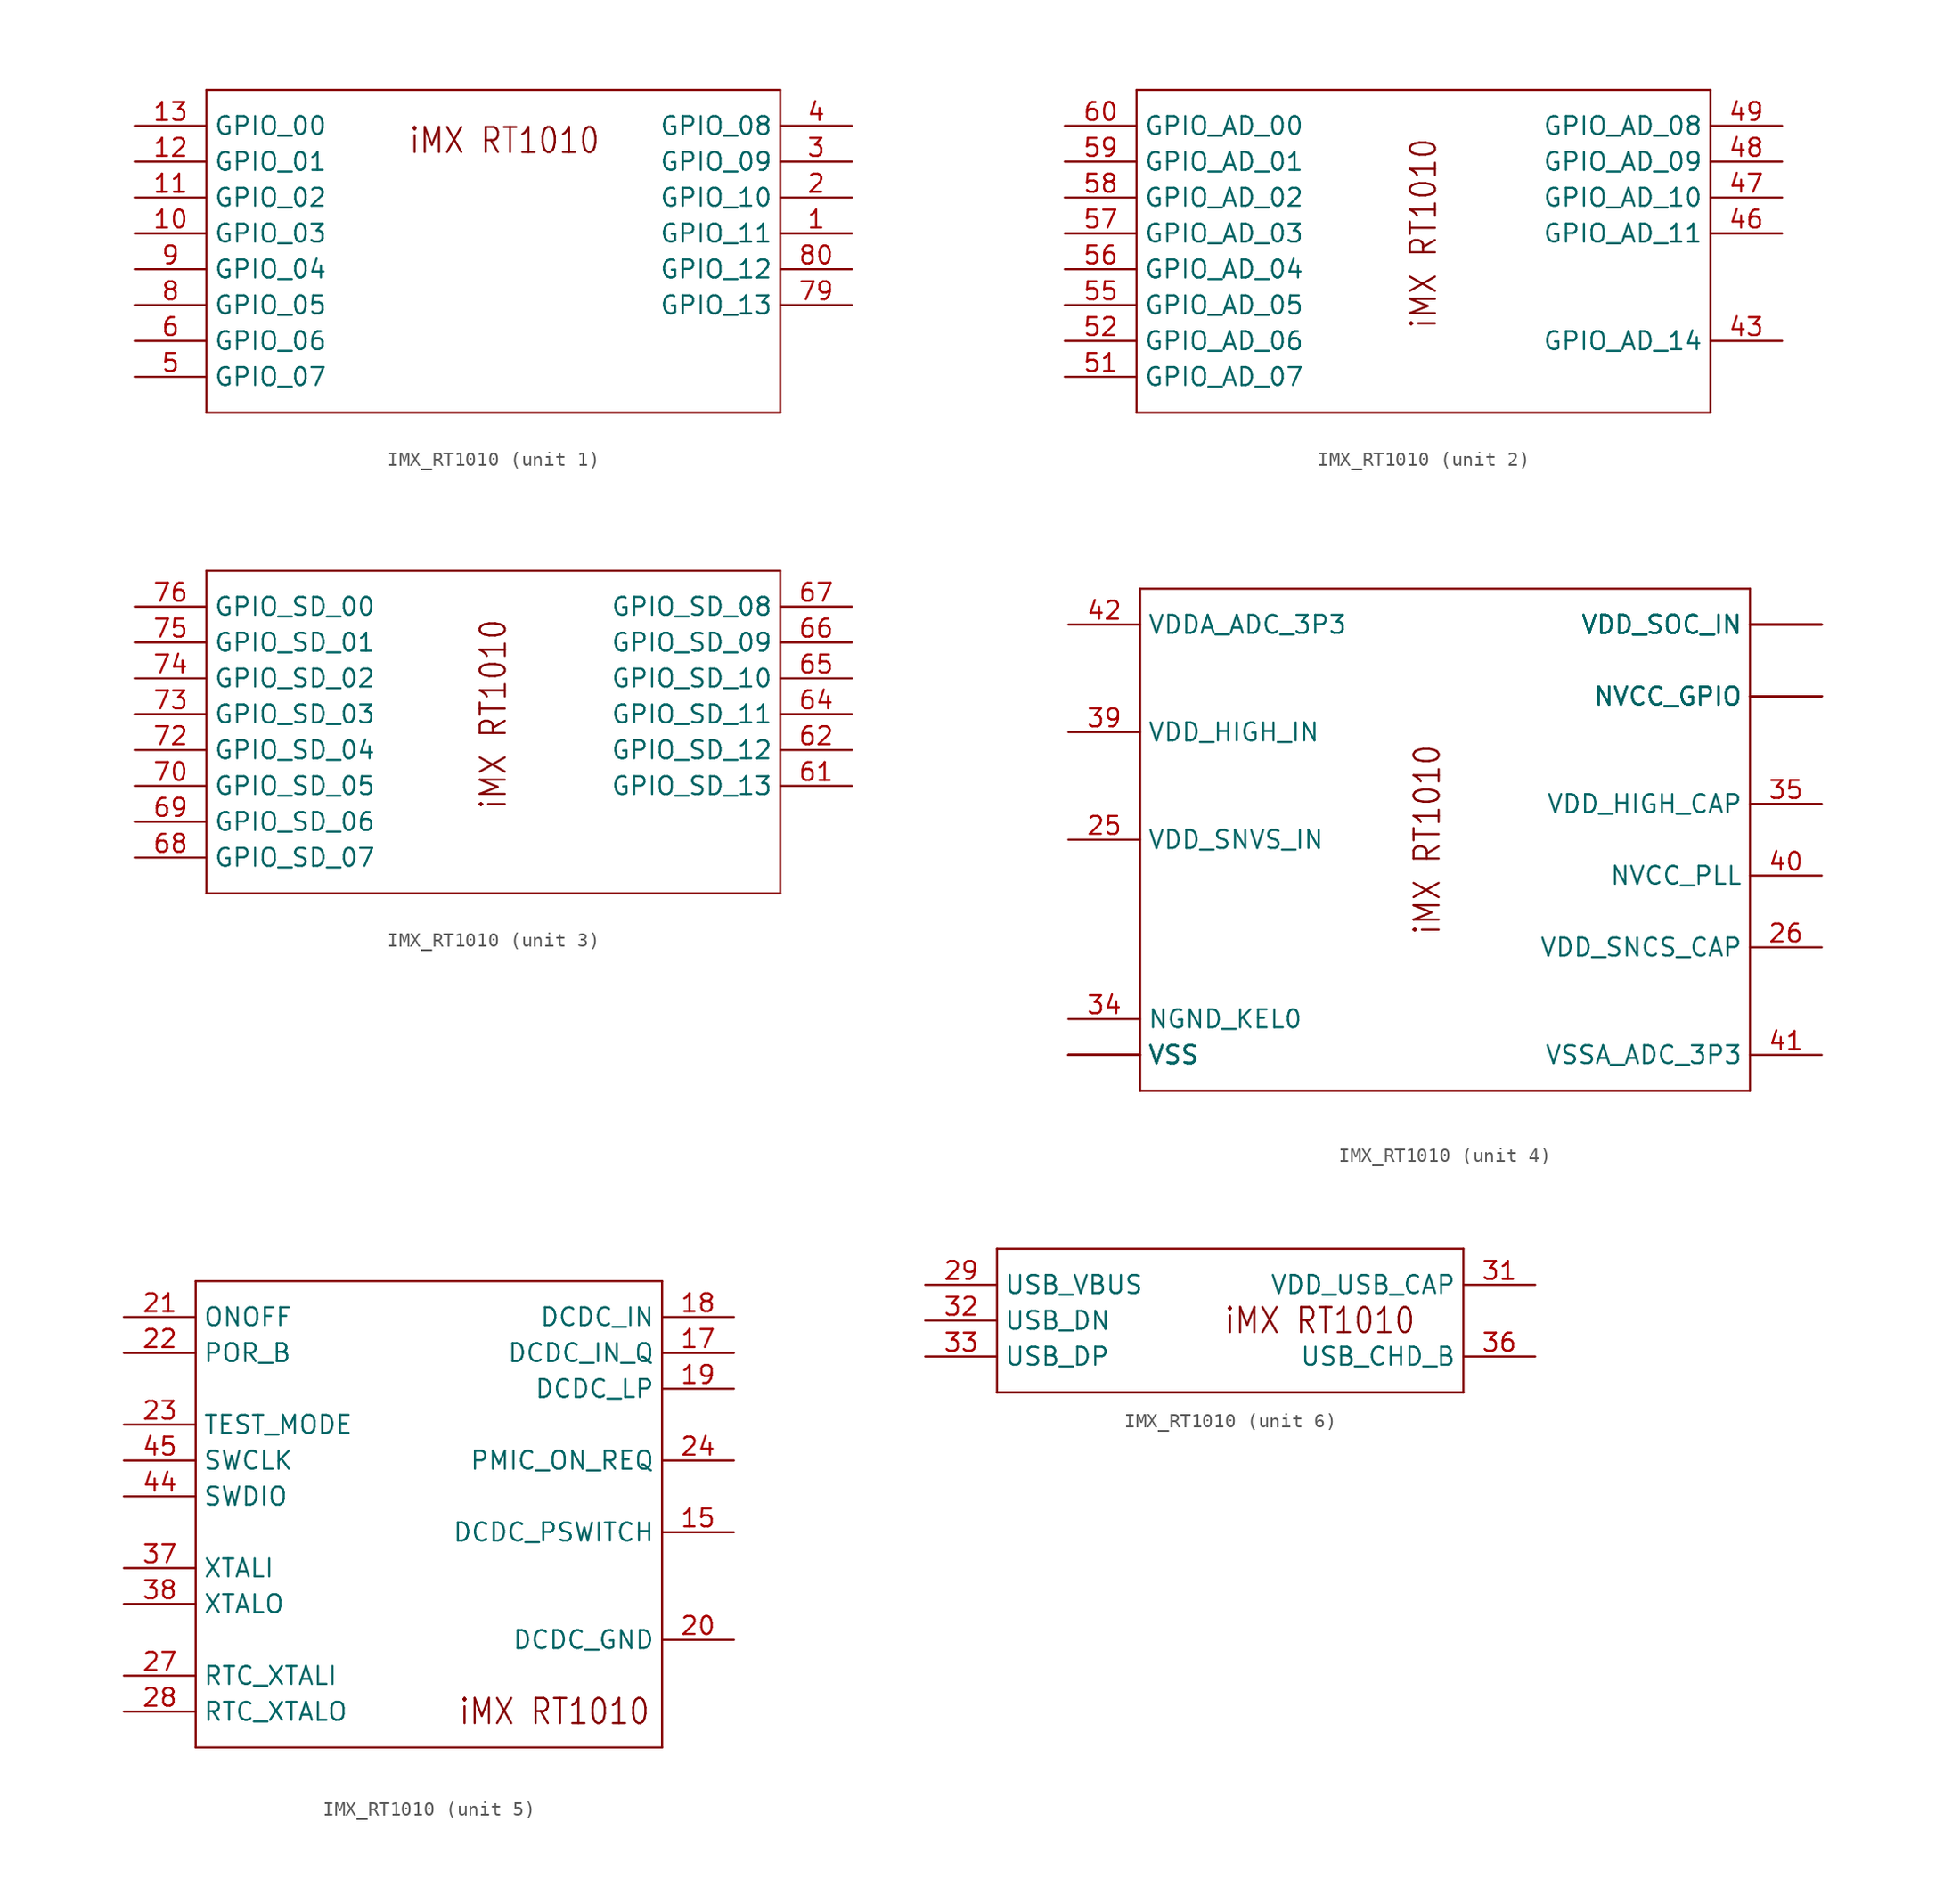
<source format=kicad_sym>
(kicad_symbol_lib
  (version 20220914)
  (generator kicad_symbol_editor)
  (symbol "IMX_RT1010"
    (property "Reference" "IC"
      (at 0 0 0)
      (effects (font (size 1.27 1.27)) hide))
    (property "ki_locked" ""
      (at 0 0 0)
      (effects (font (size 1.27 1.27))))
    (symbol "IMX_RT1010_1_0"
      (polyline (pts (xy -20.32 -12.7) (xy 20.32 -12.7)) (stroke (width 0.152) (type solid)) (fill (type none)))
      (polyline (pts (xy -20.32 10.16) (xy -20.32 -12.7)) (stroke (width 0.152) (type solid)) (fill (type none)))
      (polyline (pts (xy 20.32 -12.7) (xy 20.32 10.16)) (stroke (width 0.152) (type solid)) (fill (type none)))
      (polyline (pts (xy 20.32 10.16) (xy -20.32 10.16)) (stroke (width 0.152) (type solid)) (fill (type none)))
      (text "iMX RT1010" (at 7.62 7.62 0) (effects (font (size 1.778 1.511)) (justify right top)))
      (pin bidirectional line (at 25.4 0 180) (length 5.08) (name "GPIO_11" (effects (font (size 1.27 1.27)))) (number "1" (effects (font (size 1.27 1.27)))))
      (pin bidirectional line (at -25.4 0 0) (length 5.08) (name "GPIO_03" (effects (font (size 1.27 1.27)))) (number "10" (effects (font (size 1.27 1.27)))))
      (pin bidirectional line (at -25.4 2.54 0) (length 5.08) (name "GPIO_02" (effects (font (size 1.27 1.27)))) (number "11" (effects (font (size 1.27 1.27)))))
      (pin bidirectional line (at -25.4 5.08 0) (length 5.08) (name "GPIO_01" (effects (font (size 1.27 1.27)))) (number "12" (effects (font (size 1.27 1.27)))))
      (pin bidirectional line (at -25.4 7.62 0) (length 5.08) (name "GPIO_00" (effects (font (size 1.27 1.27)))) (number "13" (effects (font (size 1.27 1.27)))))
      (pin bidirectional line (at 25.4 2.54 180) (length 5.08) (name "GPIO_10" (effects (font (size 1.27 1.27)))) (number "2" (effects (font (size 1.27 1.27)))))
      (pin bidirectional line (at 25.4 5.08 180) (length 5.08) (name "GPIO_09" (effects (font (size 1.27 1.27)))) (number "3" (effects (font (size 1.27 1.27)))))
      (pin bidirectional line (at 25.4 7.62 180) (length 5.08) (name "GPIO_08" (effects (font (size 1.27 1.27)))) (number "4" (effects (font (size 1.27 1.27)))))
      (pin bidirectional line (at -25.4 -10.16 0) (length 5.08) (name "GPIO_07" (effects (font (size 1.27 1.27)))) (number "5" (effects (font (size 1.27 1.27)))))
      (pin bidirectional line (at -25.4 -7.62 0) (length 5.08) (name "GPIO_06" (effects (font (size 1.27 1.27)))) (number "6" (effects (font (size 1.27 1.27)))))
      (pin bidirectional line (at 25.4 -5.08 180) (length 5.08) (name "GPIO_13" (effects (font (size 1.27 1.27)))) (number "79" (effects (font (size 1.27 1.27)))))
      (pin bidirectional line (at -25.4 -5.08 0) (length 5.08) (name "GPIO_05" (effects (font (size 1.27 1.27)))) (number "8" (effects (font (size 1.27 1.27)))))
      (pin bidirectional line (at 25.4 -2.54 180) (length 5.08) (name "GPIO_12" (effects (font (size 1.27 1.27)))) (number "80" (effects (font (size 1.27 1.27)))))
      (pin bidirectional line (at -25.4 -2.54 0) (length 5.08) (name "GPIO_04" (effects (font (size 1.27 1.27)))) (number "9" (effects (font (size 1.27 1.27))))))
    (symbol "IMX_RT1010_2_0"
      (polyline (pts (xy -20.32 -12.7) (xy 20.32 -12.7)) (stroke (width 0.152) (type solid)) (fill (type none)))
      (polyline (pts (xy -20.32 10.16) (xy -20.32 -12.7)) (stroke (width 0.152) (type solid)) (fill (type none)))
      (polyline (pts (xy 20.32 -12.7) (xy 20.32 10.16)) (stroke (width 0.152) (type solid)) (fill (type none)))
      (polyline (pts (xy 20.32 10.16) (xy -20.32 10.16)) (stroke (width 0.152) (type solid)) (fill (type none)))
      (text "iMX RT1010" (at 0 0 900) (effects (font (size 1.778 1.511))))
      (pin bidirectional line (at 25.4 -7.62 180) (length 5.08) (name "GPIO_AD_14" (effects (font (size 1.27 1.27)))) (number "43" (effects (font (size 1.27 1.27)))))
      (pin bidirectional line (at 25.4 0 180) (length 5.08) (name "GPIO_AD_11" (effects (font (size 1.27 1.27)))) (number "46" (effects (font (size 1.27 1.27)))))
      (pin bidirectional line (at 25.4 2.54 180) (length 5.08) (name "GPIO_AD_10" (effects (font (size 1.27 1.27)))) (number "47" (effects (font (size 1.27 1.27)))))
      (pin bidirectional line (at 25.4 5.08 180) (length 5.08) (name "GPIO_AD_09" (effects (font (size 1.27 1.27)))) (number "48" (effects (font (size 1.27 1.27)))))
      (pin bidirectional line (at 25.4 7.62 180) (length 5.08) (name "GPIO_AD_08" (effects (font (size 1.27 1.27)))) (number "49" (effects (font (size 1.27 1.27)))))
      (pin bidirectional line (at -25.4 -10.16 0) (length 5.08) (name "GPIO_AD_07" (effects (font (size 1.27 1.27)))) (number "51" (effects (font (size 1.27 1.27)))))
      (pin bidirectional line (at -25.4 -7.62 0) (length 5.08) (name "GPIO_AD_06" (effects (font (size 1.27 1.27)))) (number "52" (effects (font (size 1.27 1.27)))))
      (pin bidirectional line (at -25.4 -5.08 0) (length 5.08) (name "GPIO_AD_05" (effects (font (size 1.27 1.27)))) (number "55" (effects (font (size 1.27 1.27)))))
      (pin bidirectional line (at -25.4 -2.54 0) (length 5.08) (name "GPIO_AD_04" (effects (font (size 1.27 1.27)))) (number "56" (effects (font (size 1.27 1.27)))))
      (pin bidirectional line (at -25.4 0 0) (length 5.08) (name "GPIO_AD_03" (effects (font (size 1.27 1.27)))) (number "57" (effects (font (size 1.27 1.27)))))
      (pin bidirectional line (at -25.4 2.54 0) (length 5.08) (name "GPIO_AD_02" (effects (font (size 1.27 1.27)))) (number "58" (effects (font (size 1.27 1.27)))))
      (pin bidirectional line (at -25.4 5.08 0) (length 5.08) (name "GPIO_AD_01" (effects (font (size 1.27 1.27)))) (number "59" (effects (font (size 1.27 1.27)))))
      (pin bidirectional line (at -25.4 7.62 0) (length 5.08) (name "GPIO_AD_00" (effects (font (size 1.27 1.27)))) (number "60" (effects (font (size 1.27 1.27))))))
    (symbol "IMX_RT1010_3_0"
      (polyline (pts (xy -20.32 -12.7) (xy 20.32 -12.7)) (stroke (width 0.152) (type solid)) (fill (type none)))
      (polyline (pts (xy -20.32 10.16) (xy -20.32 -12.7)) (stroke (width 0.152) (type solid)) (fill (type none)))
      (polyline (pts (xy 20.32 -12.7) (xy 20.32 10.16)) (stroke (width 0.152) (type solid)) (fill (type none)))
      (polyline (pts (xy 20.32 10.16) (xy -20.32 10.16)) (stroke (width 0.152) (type solid)) (fill (type none)))
      (text "iMX RT1010" (at 0 0 900) (effects (font (size 1.778 1.511))))
      (pin bidirectional line (at 25.4 -5.08 180) (length 5.08) (name "GPIO_SD_13" (effects (font (size 1.27 1.27)))) (number "61" (effects (font (size 1.27 1.27)))))
      (pin bidirectional line (at 25.4 -2.54 180) (length 5.08) (name "GPIO_SD_12" (effects (font (size 1.27 1.27)))) (number "62" (effects (font (size 1.27 1.27)))))
      (pin bidirectional line (at 25.4 0 180) (length 5.08) (name "GPIO_SD_11" (effects (font (size 1.27 1.27)))) (number "64" (effects (font (size 1.27 1.27)))))
      (pin bidirectional line (at 25.4 2.54 180) (length 5.08) (name "GPIO_SD_10" (effects (font (size 1.27 1.27)))) (number "65" (effects (font (size 1.27 1.27)))))
      (pin bidirectional line (at 25.4 5.08 180) (length 5.08) (name "GPIO_SD_09" (effects (font (size 1.27 1.27)))) (number "66" (effects (font (size 1.27 1.27)))))
      (pin bidirectional line (at 25.4 7.62 180) (length 5.08) (name "GPIO_SD_08" (effects (font (size 1.27 1.27)))) (number "67" (effects (font (size 1.27 1.27)))))
      (pin bidirectional line (at -25.4 -10.16 0) (length 5.08) (name "GPIO_SD_07" (effects (font (size 1.27 1.27)))) (number "68" (effects (font (size 1.27 1.27)))))
      (pin bidirectional line (at -25.4 -7.62 0) (length 5.08) (name "GPIO_SD_06" (effects (font (size 1.27 1.27)))) (number "69" (effects (font (size 1.27 1.27)))))
      (pin bidirectional line (at -25.4 -5.08 0) (length 5.08) (name "GPIO_SD_05" (effects (font (size 1.27 1.27)))) (number "70" (effects (font (size 1.27 1.27)))))
      (pin bidirectional line (at -25.4 -2.54 0) (length 5.08) (name "GPIO_SD_04" (effects (font (size 1.27 1.27)))) (number "72" (effects (font (size 1.27 1.27)))))
      (pin bidirectional line (at -25.4 0 0) (length 5.08) (name "GPIO_SD_03" (effects (font (size 1.27 1.27)))) (number "73" (effects (font (size 1.27 1.27)))))
      (pin bidirectional line (at -25.4 2.54 0) (length 5.08) (name "GPIO_SD_02" (effects (font (size 1.27 1.27)))) (number "74" (effects (font (size 1.27 1.27)))))
      (pin bidirectional line (at -25.4 5.08 0) (length 5.08) (name "GPIO_SD_01" (effects (font (size 1.27 1.27)))) (number "75" (effects (font (size 1.27 1.27)))))
      (pin bidirectional line (at -25.4 7.62 0) (length 5.08) (name "GPIO_SD_00" (effects (font (size 1.27 1.27)))) (number "76" (effects (font (size 1.27 1.27))))))
    (symbol "IMX_RT1010_4_0"
      (polyline (pts (xy -20.32 -17.78) (xy 22.86 -17.78)) (stroke (width 0.152) (type solid)) (fill (type none)))
      (polyline (pts (xy -20.32 17.78) (xy -20.32 -17.78)) (stroke (width 0.152) (type solid)) (fill (type none)))
      (polyline (pts (xy 22.86 -17.78) (xy 22.86 17.78)) (stroke (width 0.152) (type solid)) (fill (type none)))
      (polyline (pts (xy 22.86 17.78) (xy -20.32 17.78)) (stroke (width 0.152) (type solid)) (fill (type none)))
      (text "iMX RT1010" (at 0 0 900) (effects (font (size 1.778 1.511))))
      (pin power_in line (at 27.94 15.24 180) (length 5.08) (name "VDD_SOC_IN" (effects (font (size 1.27 1.27)))) (number "14" (effects (font (size 0 0)))))
      (pin power_in line (at -25.4 -15.24 0) (length 5.08) (name "VSS" (effects (font (size 1.27 1.27)))) (number "16" (effects (font (size 0 0)))))
      (pin power_in line (at -25.4 0 0) (length 5.08) (name "VDD_SNVS_IN" (effects (font (size 1.27 1.27)))) (number "25" (effects (font (size 1.27 1.27)))))
      (pin passive line (at 27.94 -7.62 180) (length 5.08) (name "VDD_SNCS_CAP" (effects (font (size 1.27 1.27)))) (number "26" (effects (font (size 1.27 1.27)))))
      (pin power_in line (at -25.4 -15.24 0) (length 5.08) (name "VSS" (effects (font (size 1.27 1.27)))) (number "30" (effects (font (size 0 0)))))
      (pin power_in line (at -25.4 -12.7 0) (length 5.08) (name "NGND_KEL0" (effects (font (size 1.27 1.27)))) (number "34" (effects (font (size 1.27 1.27)))))
      (pin passive line (at 27.94 2.54 180) (length 5.08) (name "VDD_HIGH_CAP" (effects (font (size 1.27 1.27)))) (number "35" (effects (font (size 1.27 1.27)))))
      (pin power_in line (at -25.4 7.62 0) (length 5.08) (name "VDD_HIGH_IN" (effects (font (size 1.27 1.27)))) (number "39" (effects (font (size 1.27 1.27)))))
      (pin passive line (at 27.94 -2.54 180) (length 5.08) (name "NVCC_PLL" (effects (font (size 1.27 1.27)))) (number "40" (effects (font (size 1.27 1.27)))))
      (pin power_in line (at 27.94 -15.24 180) (length 5.08) (name "VSSA_ADC_3P3" (effects (font (size 1.27 1.27)))) (number "41" (effects (font (size 1.27 1.27)))))
      (pin power_in line (at -25.4 15.24 0) (length 5.08) (name "VDDA_ADC_3P3" (effects (font (size 1.27 1.27)))) (number "42" (effects (font (size 1.27 1.27)))))
      (pin power_in line (at 27.94 10.16 180) (length 5.08) (name "NVCC_GPIO" (effects (font (size 1.27 1.27)))) (number "50" (effects (font (size 0 0)))))
      (pin power_in line (at 27.94 15.24 180) (length 5.08) (name "VDD_SOC_IN" (effects (font (size 1.27 1.27)))) (number "53" (effects (font (size 0 0)))))
      (pin power_in line (at -25.4 -15.24 0) (length 5.08) (name "VSS" (effects (font (size 1.27 1.27)))) (number "54" (effects (font (size 0 0)))))
      (pin power_in line (at 27.94 10.16 180) (length 5.08) (name "NVCC_GPIO" (effects (font (size 1.27 1.27)))) (number "63" (effects (font (size 0 0)))))
      (pin power_in line (at 27.94 10.16 180) (length 5.08) (name "NVCC_GPIO" (effects (font (size 1.27 1.27)))) (number "7" (effects (font (size 0 0)))))
      (pin power_in line (at 27.94 10.16 180) (length 5.08) (name "NVCC_GPIO" (effects (font (size 1.27 1.27)))) (number "71" (effects (font (size 0 0)))))
      (pin power_in line (at 27.94 15.24 180) (length 5.08) (name "VDD_SOC_IN" (effects (font (size 1.27 1.27)))) (number "77" (effects (font (size 0 0)))))
      (pin power_in line (at -25.4 -15.24 0) (length 5.08) (name "VSS" (effects (font (size 1.27 1.27)))) (number "78" (effects (font (size 0 0))))))
    (symbol "IMX_RT1010_5_0"
      (polyline (pts (xy -17.78 -17.78) (xy 15.24 -17.78)) (stroke (width 0.152) (type solid)) (fill (type none)))
      (polyline (pts (xy -17.78 15.24) (xy -17.78 -17.78)) (stroke (width 0.152) (type solid)) (fill (type none)))
      (polyline (pts (xy 15.24 -17.78) (xy 15.24 15.24)) (stroke (width 0.152) (type solid)) (fill (type none)))
      (polyline (pts (xy 15.24 15.24) (xy -17.78 15.24)) (stroke (width 0.152) (type solid)) (fill (type none)))
      (text "iMX RT1010" (at 7.62 -15.24 0) (effects (font (size 1.778 1.511))))
      (pin input line (at 20.32 -2.54 180) (length 5.08) (name "DCDC_PSWITCH" (effects (font (size 1.27 1.27)))) (number "15" (effects (font (size 1.27 1.27)))))
      (pin passive line (at 20.32 10.16 180) (length 5.08) (name "DCDC_IN_Q" (effects (font (size 1.27 1.27)))) (number "17" (effects (font (size 1.27 1.27)))))
      (pin power_in line (at 20.32 12.7 180) (length 5.08) (name "DCDC_IN" (effects (font (size 1.27 1.27)))) (number "18" (effects (font (size 1.27 1.27)))))
      (pin power_in line (at 20.32 7.62 180) (length 5.08) (name "DCDC_LP" (effects (font (size 1.27 1.27)))) (number "19" (effects (font (size 1.27 1.27)))))
      (pin power_in line (at 20.32 -10.16 180) (length 5.08) (name "DCDC_GND" (effects (font (size 1.27 1.27)))) (number "20" (effects (font (size 1.27 1.27)))))
      (pin input line (at -22.86 12.7 0) (length 5.08) (name "ONOFF" (effects (font (size 1.27 1.27)))) (number "21" (effects (font (size 1.27 1.27)))))
      (pin input line (at -22.86 10.16 0) (length 5.08) (name "POR_B" (effects (font (size 1.27 1.27)))) (number "22" (effects (font (size 1.27 1.27)))))
      (pin input line (at -22.86 5.08 0) (length 5.08) (name "TEST_MODE" (effects (font (size 1.27 1.27)))) (number "23" (effects (font (size 1.27 1.27)))))
      (pin output line (at 20.32 2.54 180) (length 5.08) (name "PMIC_ON_REQ" (effects (font (size 1.27 1.27)))) (number "24" (effects (font (size 1.27 1.27)))))
      (pin passive line (at -22.86 -12.7 0) (length 5.08) (name "RTC_XTALI" (effects (font (size 1.27 1.27)))) (number "27" (effects (font (size 1.27 1.27)))))
      (pin passive line (at -22.86 -15.24 0) (length 5.08) (name "RTC_XTALO" (effects (font (size 1.27 1.27)))) (number "28" (effects (font (size 1.27 1.27)))))
      (pin passive line (at -22.86 -5.08 0) (length 5.08) (name "XTALI" (effects (font (size 1.27 1.27)))) (number "37" (effects (font (size 1.27 1.27)))))
      (pin passive line (at -22.86 -7.62 0) (length 5.08) (name "XTALO" (effects (font (size 1.27 1.27)))) (number "38" (effects (font (size 1.27 1.27)))))
      (pin bidirectional line (at -22.86 0 0) (length 5.08) (name "SWDIO" (effects (font (size 1.27 1.27)))) (number "44" (effects (font (size 1.27 1.27)))))
      (pin bidirectional line (at -22.86 2.54 0) (length 5.08) (name "SWCLK" (effects (font (size 1.27 1.27)))) (number "45" (effects (font (size 1.27 1.27))))))
    (symbol "IMX_RT1010_6_0"
      (polyline (pts (xy -15.24 -5.08) (xy 17.78 -5.08)) (stroke (width 0.152) (type solid)) (fill (type none)))
      (polyline (pts (xy -15.24 5.08) (xy -15.24 -5.08)) (stroke (width 0.152) (type solid)) (fill (type none)))
      (polyline (pts (xy 17.78 -5.08) (xy 17.78 5.08)) (stroke (width 0.152) (type solid)) (fill (type none)))
      (polyline (pts (xy 17.78 5.08) (xy -15.24 5.08)) (stroke (width 0.152) (type solid)) (fill (type none)))
      (text "iMX RT1010" (at 7.62 0 0) (effects (font (size 1.778 1.511))))
      (pin power_in line (at -20.32 2.54 0) (length 5.08) (name "USB_VBUS" (effects (font (size 1.27 1.27)))) (number "29" (effects (font (size 1.27 1.27)))))
      (pin passive line (at 22.86 2.54 180) (length 5.08) (name "VDD_USB_CAP" (effects (font (size 1.27 1.27)))) (number "31" (effects (font (size 1.27 1.27)))))
      (pin bidirectional line (at -20.32 0 0) (length 5.08) (name "USB_DN" (effects (font (size 1.27 1.27)))) (number "32" (effects (font (size 1.27 1.27)))))
      (pin bidirectional line (at -20.32 -2.54 0) (length 5.08) (name "USB_DP" (effects (font (size 1.27 1.27)))) (number "33" (effects (font (size 1.27 1.27)))))
      (pin passive line (at 22.86 -2.54 180) (length 5.08) (name "USB_CHD_B" (effects (font (size 1.27 1.27)))) (number "36" (effects (font (size 1.27 1.27))))))))
</source>
